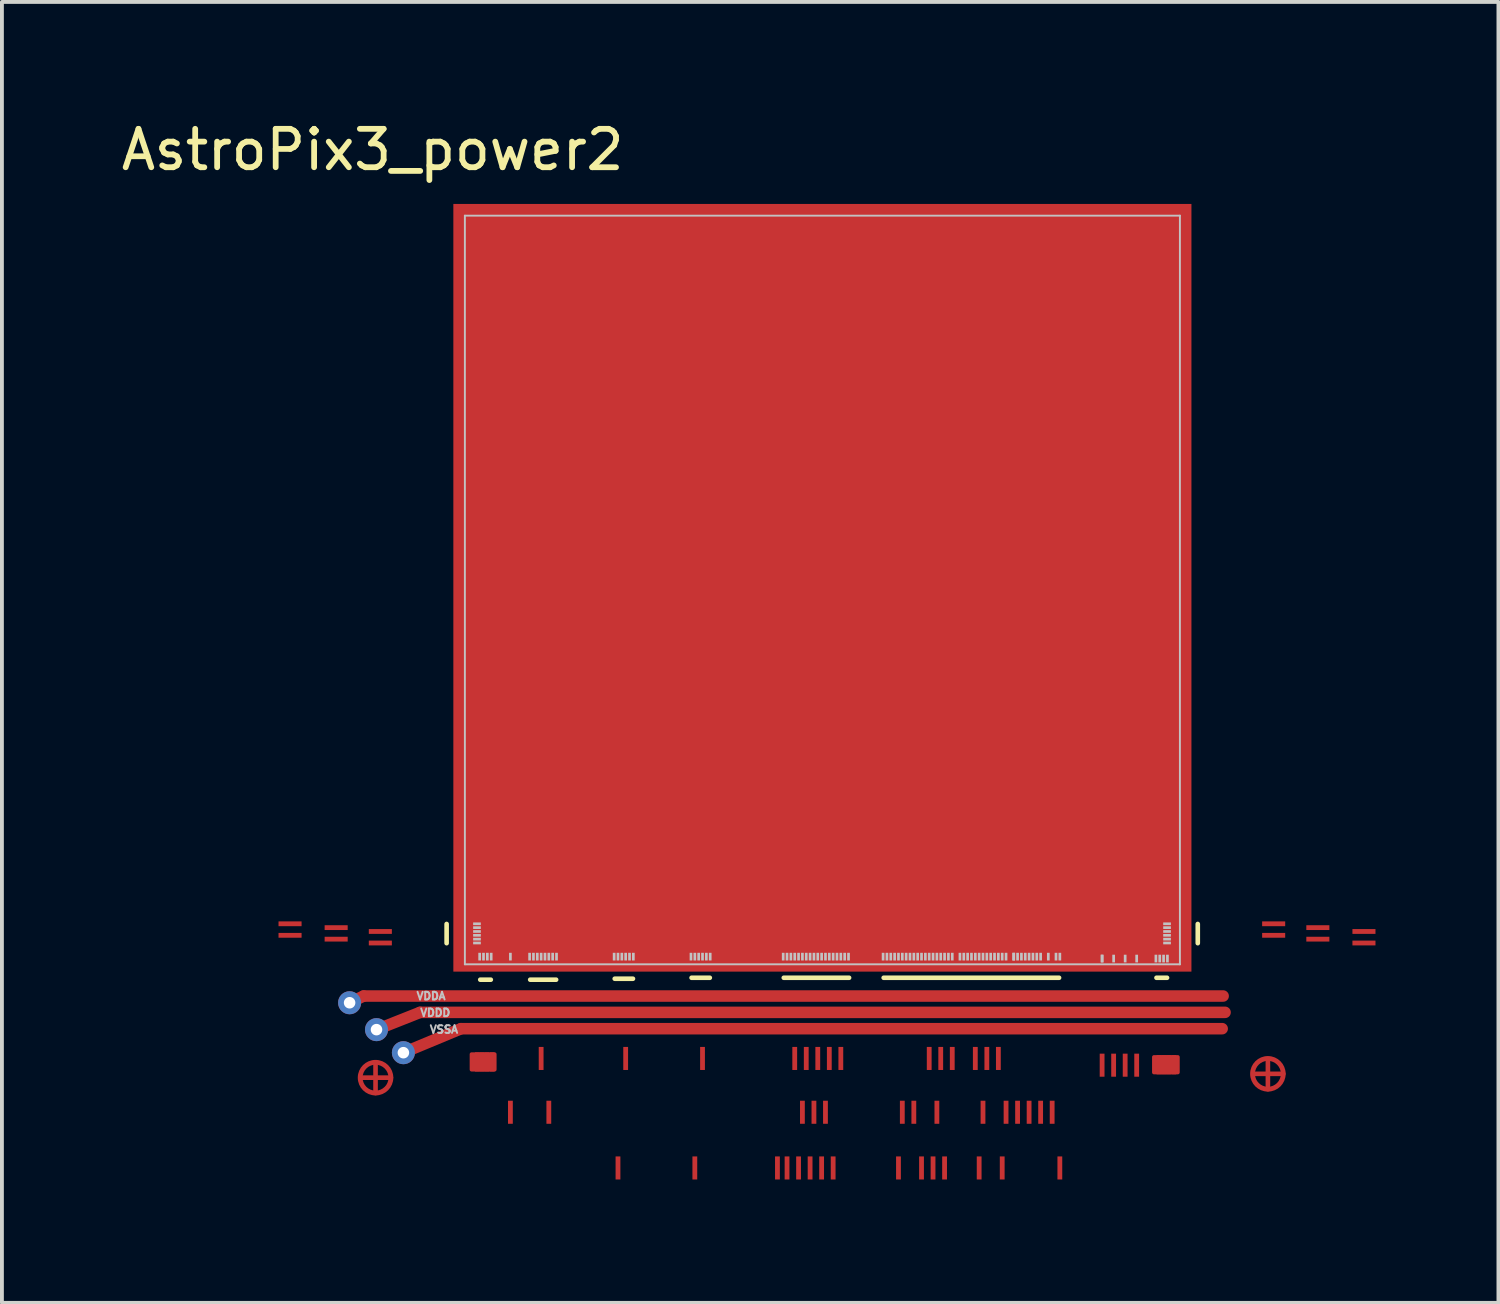
<source format=kicad_pcb>
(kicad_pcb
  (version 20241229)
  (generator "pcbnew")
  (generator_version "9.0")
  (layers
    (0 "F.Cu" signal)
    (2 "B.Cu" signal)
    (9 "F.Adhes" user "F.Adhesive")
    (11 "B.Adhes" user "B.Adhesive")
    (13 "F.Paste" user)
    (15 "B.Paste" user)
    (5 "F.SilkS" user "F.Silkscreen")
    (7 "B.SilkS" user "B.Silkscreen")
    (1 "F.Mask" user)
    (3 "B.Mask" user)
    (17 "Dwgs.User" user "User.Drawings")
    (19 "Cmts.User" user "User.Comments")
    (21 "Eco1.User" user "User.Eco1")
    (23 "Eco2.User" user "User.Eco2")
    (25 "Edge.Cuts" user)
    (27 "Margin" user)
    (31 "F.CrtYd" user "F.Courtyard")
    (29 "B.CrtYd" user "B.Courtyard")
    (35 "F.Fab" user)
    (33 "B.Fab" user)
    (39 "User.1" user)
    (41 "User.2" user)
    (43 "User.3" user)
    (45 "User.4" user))
  (footprint "AstroPix3_power2"
    (layer "F.Cu")
    (at 9.049 22.048)
    (property "Reference" "AstroPix3_power2" (at -2.4 -21.2 0) (layer "F.SilkS") (effects (font (size 1 1) (thickness 0.15))))
    (attr through_hole)
    (fp_line (start -3 1) (end -2.635 0.825) (stroke (width 0.3) (type solid)) (layer "F.Cu"))
    (fp_line (start -2.675 2.95) (end -1.925 2.95) (stroke (width 0.12) (type solid)) (layer "F.Cu"))
    (fp_line (start -2.635 0.825) (end 19.735 0.825) (stroke (width 0.3) (type solid)) (layer "F.Cu"))
    (fp_line (start -2.325 2.6) (end -2.325 3.35) (stroke (width 0.12) (type solid)) (layer "F.Cu"))
    (fp_line (start -2.3 1.7) (end -1.165 1.25) (stroke (width 0.3) (type solid)) (layer "F.Cu"))
    (fp_line (start -1.6 2.3) (end -0.1 1.675) (stroke (width 0.3) (type solid)) (layer "F.Cu"))
    (fp_line (start -1.165 1.25) (end 19.785 1.25) (stroke (width 0.3) (type solid)) (layer "F.Cu"))
    (fp_line (start -0.1 1.675) (end 19.71 1.675) (stroke (width 0.3) (type solid)) (layer "F.Cu"))
    (fp_line (start 20.55 2.85) (end 21.3 2.85) (stroke (width 0.12) (type solid)) (layer "F.Cu"))
    (fp_line (start 20.9 2.5) (end 20.9 3.25) (stroke (width 0.12) (type solid)) (layer "F.Cu"))
    (fp_circle (center -2.325 2.95) (end -1.925 2.95) (stroke (width 0.125) (type solid)) (fill no) (layer "F.Cu"))
    (fp_circle (center 20.9 2.85) (end 21.3 2.85) (stroke (width 0.125) (type solid)) (fill no) (layer "F.Cu"))
    (fp_poly (pts (xy 0.775 2.74) (xy 0.175 2.74) (xy 0.175 2.34) (xy 0.775 2.34)) (stroke (width 0.1) (type solid)) (fill yes) (layer "F.Cu"))
    (fp_poly (pts (xy 18.555 2.813) (xy 17.935 2.813) (xy 17.935 2.413) (xy 18.555 2.413)) (stroke (width 0.1) (type solid)) (fill yes) (layer "F.Cu"))
    (fp_rect (start 0.95 3.35) (end 15.467 4.35) (stroke (width 0.12) (type solid)) (fill yes) (layer "F.Mask"))
    (fp_rect (start 3.754 4.75) (end 15.633 5.75) (stroke (width 0.12) (type solid)) (fill yes) (layer "F.Mask"))
    (fp_circle (center -2.325 2.95) (end -1.95 2.95) (stroke (width 0.2) (type solid)) (fill yes) (layer "F.Mask"))
    (fp_circle (center 20.9 2.85) (end 21.275 2.85) (stroke (width 0.2) (type solid)) (fill yes) (layer "F.Mask"))
    (fp_poly (pts (xy -1.8 -0.3) (xy -5 -0.3) (xy -5 -1.15) (xy -1.8 -1.15)) (stroke (width 0.1) (type solid)) (fill yes) (layer "F.Mask"))
    (fp_poly (pts (xy 19.85 2.9) (xy -1.15 2.9) (xy -1.15 -20.5) (xy 19.85 -20.5)) (stroke (width 0.1) (type solid)) (fill yes) (layer "F.Mask"))
    (fp_poly (pts (xy 23.85 -0.4) (xy 20.65 -0.4) (xy 20.65 -1.25) (xy 23.85 -1.25)) (stroke (width 0.1) (type solid)) (fill yes) (layer "F.Mask"))
    (fp_line (start -0.475 -0.55) (end -0.475 -1.05) (stroke (width 0.12) (type solid)) (layer "F.SilkS"))
    (fp_line (start 0.4 0.4) (end 0.675 0.4) (stroke (width 0.12) (type solid)) (layer "F.SilkS"))
    (fp_line (start 1.7 0.4) (end 2.375 0.4) (stroke (width 0.12) (type solid)) (layer "F.SilkS"))
    (fp_line (start 3.9 0.375) (end 4.375 0.375) (stroke (width 0.12) (type solid)) (layer "F.SilkS"))
    (fp_line (start 5.9 0.35) (end 6.375 0.35) (stroke (width 0.12) (type solid)) (layer "F.SilkS"))
    (fp_line (start 8.3 0.35) (end 10 0.35) (stroke (width 0.12) (type solid)) (layer "F.SilkS"))
    (fp_line (start 10.9 0.35) (end 15.465 0.35) (stroke (width 0.12) (type solid)) (layer "F.SilkS"))
    (fp_line (start 18 0.35) (end 18.275 0.35) (stroke (width 0.12) (type solid)) (layer "F.SilkS"))
    (fp_line (start 19.075 -0.55) (end 19.075 -1.05) (stroke (width 0.12) (type solid)) (layer "F.SilkS"))
    (fp_line (start 0 -19.485) (end 0 0) (stroke (width 0.05) (type solid)) (layer "Dwgs.User"))
    (fp_line (start 18.61 -19.485) (end 0 -19.485) (stroke (width 0.05) (type solid)) (layer "Dwgs.User"))
    (fp_line (start 18.61 -19.485) (end 18.61 0) (stroke (width 0.05) (type solid)) (layer "Dwgs.User"))
    (fp_line (start 18.61 0) (end 0 0) (stroke (width 0.05) (type solid)) (layer "Dwgs.User"))
    (fp_line (start -4.555 -0.75) (end 0.32 -0.75) (stroke (width 0.05) (type solid)) (layer "User.2"))
    (fp_line (start -4.55 -1.055) (end 0.325 -1.055) (stroke (width 0.05) (type solid)) (layer "User.2"))
    (fp_line (start -3.567 -0.951) (end 0.36 -0.95) (stroke (width 0.05) (type solid)) (layer "User.2"))
    (fp_line (start -3.562 -0.656) (end 0.365 -0.655) (stroke (width 0.05) (type solid)) (layer "User.2"))
    (fp_line (start -2.355 -0.54) (end 0.34 -0.547) (stroke (width 0.05) (type solid)) (layer "User.2"))
    (fp_line (start -2.328 -0.851) (end 0.367 -0.859) (stroke (width 0.05) (type solid)) (layer "User.2"))
    (fp_line (start 0.386 -0.198) (end 0.394 2.498) (stroke (width 0.05) (type solid)) (layer "User.2"))
    (fp_line (start 0.481 -0.198) (end 0.489 2.498) (stroke (width 0.05) (type solid)) (layer "User.2"))
    (fp_line (start 0.586 -0.203) (end 0.594 2.493) (stroke (width 0.05) (type solid)) (layer "User.2"))
    (fp_line (start 0.688 -0.205) (end 0.695 2.49) (stroke (width 0.05) (type solid)) (layer "User.2"))
    (fp_line (start 1.181 -0.223) (end 1.185 3.91) (stroke (width 0.05) (type solid)) (layer "User.2"))
    (fp_line (start 1.685 -0.19) (end 1.685 1.605) (stroke (width 0.05) (type solid)) (layer "User.2"))
    (fp_line (start 1.785 -0.193) (end 1.785 1.603) (stroke (width 0.05) (type solid)) (layer "User.2"))
    (fp_line (start 1.88 -0.2) (end 1.88 0.81) (stroke (width 0.05) (type solid)) (layer "User.2"))
    (fp_line (start 1.981 -0.207) (end 1.989 2.487) (stroke (width 0.05) (type solid)) (layer "User.2"))
    (fp_line (start 2.085 -0.205) (end 2.085 0.805) (stroke (width 0.05) (type solid)) (layer "User.2"))
    (fp_line (start 2.176 -0.212) (end 2.18 3.92) (stroke (width 0.05) (type solid)) (layer "User.2"))
    (fp_line (start 2.285 -0.198) (end 2.285 1.597) (stroke (width 0.05) (type solid)) (layer "User.2"))
    (fp_line (start 2.385 -0.198) (end 2.385 1.597) (stroke (width 0.05) (type solid)) (layer "User.2"))
    (fp_line (start 3.885 -0.195) (end 3.885 0.815) (stroke (width 0.05) (type solid)) (layer "User.2"))
    (fp_line (start 3.98 -0.212) (end 3.98 5.28) (stroke (width 0.05) (type solid)) (layer "User.2"))
    (fp_line (start 4.085 -0.195) (end 4.085 0.815) (stroke (width 0.05) (type solid)) (layer "User.2"))
    (fp_line (start 4.191 -0.198) (end 4.199 2.498) (stroke (width 0.05) (type solid)) (layer "User.2"))
    (fp_line (start 4.285 -0.193) (end 4.285 1.603) (stroke (width 0.05) (type solid)) (layer "User.2"))
    (fp_line (start 4.385 -0.193) (end 4.385 1.603) (stroke (width 0.05) (type solid)) (layer "User.2"))
    (fp_line (start 5.885 -0.205) (end 5.885 0.805) (stroke (width 0.05) (type solid)) (layer "User.2"))
    (fp_line (start 5.975 -0.182) (end 5.975 5.31) (stroke (width 0.05) (type solid)) (layer "User.2"))
    (fp_line (start 6.085 -0.2) (end 6.085 0.81) (stroke (width 0.05) (type solid)) (layer "User.2"))
    (fp_line (start 6.186 -0.198) (end 6.194 2.498) (stroke (width 0.05) (type solid)) (layer "User.2"))
    (fp_line (start 6.285 -0.193) (end 6.285 1.603) (stroke (width 0.05) (type solid)) (layer "User.2"))
    (fp_line (start 6.385 -0.193) (end 6.385 1.603) (stroke (width 0.05) (type solid)) (layer "User.2"))
    (fp_line (start 8.29 -0.205) (end 8.135 5.285) (stroke (width 0.05) (type solid)) (layer "User.2"))
    (fp_line (start 8.385 -0.198) (end 8.385 5.295) (stroke (width 0.05) (type solid)) (layer "User.2"))
    (fp_line (start 8.485 -0.195) (end 8.485 1.21) (stroke (width 0.05) (type solid)) (layer "User.2"))
    (fp_line (start 8.586 -0.198) (end 8.594 2.498) (stroke (width 0.05) (type solid)) (layer "User.2"))
    (fp_line (start 8.69 -0.198) (end 8.69 5.295) (stroke (width 0.05) (type solid)) (layer "User.2"))
    (fp_line (start 8.781 -0.223) (end 8.785 3.91) (stroke (width 0.05) (type solid)) (layer "User.2"))
    (fp_line (start 8.881 -0.198) (end 8.889 2.498) (stroke (width 0.05) (type solid)) (layer "User.2"))
    (fp_line (start 8.985 -0.188) (end 8.985 5.305) (stroke (width 0.05) (type solid)) (layer "User.2"))
    (fp_line (start 9.086 -0.198) (end 9.09 3.935) (stroke (width 0.05) (type solid)) (layer "User.2"))
    (fp_line (start 9.186 -0.203) (end 9.194 2.493) (stroke (width 0.05) (type solid)) (layer "User.2"))
    (fp_line (start 9.295 -0.198) (end 9.295 5.295) (stroke (width 0.05) (type solid)) (layer "User.2"))
    (fp_line (start 9.381 -0.198) (end 9.385 3.935) (stroke (width 0.05) (type solid)) (layer "User.2"))
    (fp_line (start 9.481 -0.198) (end 9.489 2.498) (stroke (width 0.05) (type solid)) (layer "User.2"))
    (fp_line (start 9.58 -0.172) (end 9.58 5.32) (stroke (width 0.05) (type solid)) (layer "User.2"))
    (fp_line (start 9.685 -0.193) (end 9.685 1.212) (stroke (width 0.05) (type solid)) (layer "User.2"))
    (fp_line (start 9.776 -0.198) (end 9.784 2.498) (stroke (width 0.05) (type solid)) (layer "User.2"))
    (fp_line (start 10.885 -0.193) (end 10.885 1.603) (stroke (width 0.05) (type solid)) (layer "User.2"))
    (fp_line (start 10.99 -0.188) (end 10.99 1.607) (stroke (width 0.05) (type solid)) (layer "User.2"))
    (fp_line (start 11.085 -0.19) (end 11.085 0.82) (stroke (width 0.05) (type solid)) (layer "User.2"))
    (fp_line (start 11.185 -0.195) (end 11.185 0.815) (stroke (width 0.05) (type solid)) (layer "User.2"))
    (fp_line (start 11.285 -0.182) (end 11.285 5.31) (stroke (width 0.05) (type solid)) (layer "User.2"))
    (fp_line (start 11.386 -0.203) (end 11.39 3.93) (stroke (width 0.05) (type solid)) (layer "User.2"))
    (fp_line (start 11.681 -0.203) (end 11.685 3.93) (stroke (width 0.05) (type solid)) (layer "User.2"))
    (fp_line (start 11.885 -0.203) (end 11.885 5.29) (stroke (width 0.05) (type solid)) (layer "User.2"))
    (fp_line (start 11.985 -0.2) (end 11.985 0.81) (stroke (width 0.05) (type solid)) (layer "User.2"))
    (fp_line (start 12.086 -0.198) (end 12.094 2.498) (stroke (width 0.05) (type solid)) (layer "User.2"))
    (fp_line (start 12.18 -0.188) (end 12.18 5.305) (stroke (width 0.05) (type solid)) (layer "User.2"))
    (fp_line (start 12.286 -0.198) (end 12.29 3.935) (stroke (width 0.05) (type solid)) (layer "User.2"))
    (fp_line (start 12.386 -0.193) (end 12.394 2.502) (stroke (width 0.05) (type solid)) (layer "User.2"))
    (fp_line (start 12.49 -0.182) (end 12.49 5.31) (stroke (width 0.05) (type solid)) (layer "User.2"))
    (fp_line (start 12.585 -0.2) (end 12.585 0.81) (stroke (width 0.05) (type solid)) (layer "User.2"))
    (fp_line (start 12.681 -0.198) (end 12.689 2.498) (stroke (width 0.05) (type solid)) (layer "User.2"))
    (fp_line (start 13.085 -0.198) (end 13.085 1.597) (stroke (width 0.05) (type solid)) (layer "User.2"))
    (fp_line (start 13.185 -0.195) (end 13.185 0.815) (stroke (width 0.05) (type solid)) (layer "User.2"))
    (fp_line (start 13.281 -0.193) (end 13.289 2.502) (stroke (width 0.05) (type solid)) (layer "User.2"))
    (fp_line (start 13.385 -0.188) (end 13.385 5.305) (stroke (width 0.05) (type solid)) (layer "User.2"))
    (fp_line (start 13.491 -0.188) (end 13.495 3.945) (stroke (width 0.05) (type solid)) (layer "User.2"))
    (fp_line (start 13.576 -0.198) (end 13.584 2.498) (stroke (width 0.05) (type solid)) (layer "User.2"))
    (fp_line (start 13.785 -0.2) (end 13.785 0.81) (stroke (width 0.05) (type solid)) (layer "User.2"))
    (fp_line (start 13.876 -0.198) (end 13.884 2.498) (stroke (width 0.05) (type solid)) (layer "User.2"))
    (fp_line (start 13.985 -0.177) (end 13.985 5.315) (stroke (width 0.05) (type solid)) (layer "User.2"))
    (fp_line (start 14.091 -0.212) (end 14.095 3.92) (stroke (width 0.05) (type solid)) (layer "User.2"))
    (fp_line (start 14.386 -0.198) (end 14.39 3.935) (stroke (width 0.05) (type solid)) (layer "User.2"))
    (fp_line (start 14.485 -0.203) (end 14.485 1.593) (stroke (width 0.05) (type solid)) (layer "User.2"))
    (fp_line (start 14.585 -0.2) (end 14.585 0.81) (stroke (width 0.05) (type solid)) (layer "User.2"))
    (fp_line (start 14.691 -0.198) (end 14.695 3.935) (stroke (width 0.05) (type solid)) (layer "User.2"))
    (fp_line (start 14.785 -0.198) (end 14.785 1.597) (stroke (width 0.05) (type solid)) (layer "User.2"))
    (fp_line (start 14.885 -0.2) (end 14.885 0.81) (stroke (width 0.05) (type solid)) (layer "User.2"))
    (fp_line (start 14.986 -0.223) (end 14.99 3.91) (stroke (width 0.05) (type solid)) (layer "User.2"))
    (fp_line (start 15.185 -0.21) (end 15.3 3.855) (stroke (width 0.05) (type solid)) (layer "User.2"))
    (fp_line (start 15.39 -0.198) (end 15.39 1.208) (stroke (width 0.05) (type solid)) (layer "User.2"))
    (fp_line (start 15.475 -0.182) (end 15.475 5.31) (stroke (width 0.05) (type solid)) (layer "User.2"))
    (fp_line (start 16.586 -0.172) (end 16.594 2.522) (stroke (width 0.05) (type solid)) (layer "User.2"))
    (fp_line (start 16.881 -0.158) (end 16.889 2.538) (stroke (width 0.05) (type solid)) (layer "User.2"))
    (fp_line (start 17.181 -0.152) (end 17.189 2.542) (stroke (width 0.05) (type solid)) (layer "User.2"))
    (fp_line (start 17.486 -0.163) (end 17.494 2.533) (stroke (width 0.05) (type solid)) (layer "User.2"))
    (fp_line (start 17.986 -0.152) (end 17.994 2.542) (stroke (width 0.05) (type solid)) (layer "User.2"))
    (fp_line (start 18.071 -0.152) (end 18.079 2.542) (stroke (width 0.05) (type solid)) (layer "User.2"))
    (fp_line (start 18.181 -0.163) (end 18.189 2.533) (stroke (width 0.05) (type solid)) (layer "User.2"))
    (fp_line (start 18.281 -0.152) (end 18.289 2.542) (stroke (width 0.05) (type solid)) (layer "User.2"))
    (fp_line (start 18.29 -0.86) (end 23.165 -0.86) (stroke (width 0.05) (type solid)) (layer "User.2"))
    (fp_line (start 18.297 -0.951) (end 22.225 -0.95) (stroke (width 0.05) (type solid)) (layer "User.2"))
    (fp_line (start 18.3 -0.55) (end 23.175 -0.55) (stroke (width 0.05) (type solid)) (layer "User.2"))
    (fp_line (start 18.302 -1.051) (end 20.997 -1.059) (stroke (width 0.05) (type solid)) (layer "User.2"))
    (fp_line (start 18.312 -0.656) (end 22.24 -0.655) (stroke (width 0.05) (type solid)) (layer "User.2"))
    (fp_line (start 18.317 -0.751) (end 21.012 -0.759) (stroke (width 0.05) (type solid)) (layer "User.2"))
    (fp_text user "VDDD" (at -0.77 1.26 0) (unlocked yes) (layer "Dwgs.User") (effects (font (size 0.2 0.2) (thickness 0.05))))
    (fp_text user "VSSA" (at -0.545 1.695 0) (unlocked yes) (layer "Dwgs.User") (effects (font (size 0.2 0.2) (thickness 0.05))))
    (fp_text user "VDDA" (at -0.88 0.825 0) (unlocked yes) (layer "Dwgs.User") (effects (font (size 0.2 0.2) (thickness 0.05))))
    (pad "" smd rect (at 0.315 -1.055 90) (size 0.07 0.2) (layers "Dwgs.User"))
    (pad "" smd rect (at 0.315 -0.955 90) (size 0.07 0.2) (layers "Dwgs.User"))
    (pad "" smd rect (at 0.315 -0.855 90) (size 0.07 0.2) (layers "Dwgs.User"))
    (pad "" smd rect (at 0.315 -0.755 90) (size 0.07 0.2) (layers "Dwgs.User"))
    (pad "" smd rect (at 0.315 -0.655 90) (size 0.07 0.2) (layers "Dwgs.User"))
    (pad "" smd rect (at 0.315 -0.555 90) (size 0.07 0.2) (layers "Dwgs.User"))
    (pad "" smd rect (at 0.385 -0.2) (size 0.07 0.2) (layers "Dwgs.User"))
    (pad "" smd rect (at 0.485 -0.2) (size 0.07 0.2) (layers "Dwgs.User"))
    (pad "" smd rect (at 0.585 -0.2) (size 0.07 0.2) (layers "Dwgs.User"))
    (pad "" smd rect (at 0.685 -0.2) (size 0.07 0.2) (layers "Dwgs.User"))
    (pad "" smd rect (at 1.185 -0.2) (size 0.07 0.2) (layers "Dwgs.User"))
    (pad "" smd rect (at 1.685 -0.2) (size 0.07 0.2) (layers "Dwgs.User"))
    (pad "" smd rect (at 1.785 -0.2) (size 0.07 0.2) (layers "Dwgs.User"))
    (pad "" smd rect (at 1.885 -0.2) (size 0.07 0.2) (layers "Dwgs.User"))
    (pad "" smd rect (at 1.985 -0.2) (size 0.07 0.2) (layers "Dwgs.User"))
    (pad "" smd rect (at 2.085 -0.2) (size 0.07 0.2) (layers "Dwgs.User"))
    (pad "" smd rect (at 2.185 -0.2) (size 0.07 0.2) (layers "Dwgs.User"))
    (pad "" smd rect (at 2.285 -0.2) (size 0.07 0.2) (layers "Dwgs.User"))
    (pad "" smd rect (at 2.385 -0.2) (size 0.07 0.2) (layers "Dwgs.User"))
    (pad "" smd rect (at 3.885 -0.2) (size 0.07 0.2) (layers "Dwgs.User"))
    (pad "" smd rect (at 3.985 -0.2) (size 0.07 0.2) (layers "Dwgs.User"))
    (pad "" smd rect (at 4.085 -0.2) (size 0.07 0.2) (layers "Dwgs.User"))
    (pad "" smd rect (at 4.185 -0.2) (size 0.07 0.2) (layers "Dwgs.User"))
    (pad "" smd rect (at 4.285 -0.2) (size 0.07 0.2) (layers "Dwgs.User"))
    (pad "" smd rect (at 4.385 -0.2) (size 0.07 0.2) (layers "Dwgs.User"))
    (pad "" smd rect (at 5.885 -0.2) (size 0.07 0.2) (layers "Dwgs.User"))
    (pad "" smd rect (at 5.985 -0.2) (size 0.07 0.2) (layers "Dwgs.User"))
    (pad "" smd rect (at 6.085 -0.2) (size 0.07 0.2) (layers "Dwgs.User"))
    (pad "" smd rect (at 6.185 -0.2) (size 0.07 0.2) (layers "Dwgs.User"))
    (pad "" smd rect (at 6.285 -0.2) (size 0.07 0.2) (layers "Dwgs.User"))
    (pad "" smd rect (at 6.385 -0.2) (size 0.07 0.2) (layers "Dwgs.User"))
    (pad "" smd rect (at 8.285 -0.2) (size 0.07 0.2) (layers "Dwgs.User"))
    (pad "" smd rect (at 8.385 -0.2) (size 0.07 0.2) (layers "Dwgs.User"))
    (pad "" smd rect (at 8.485 -0.2) (size 0.07 0.2) (layers "Dwgs.User"))
    (pad "" smd rect (at 8.585 -0.2) (size 0.07 0.2) (layers "Dwgs.User"))
    (pad "" smd rect (at 8.685 -0.2) (size 0.07 0.2) (layers "Dwgs.User"))
    (pad "" smd rect (at 8.785 -0.2) (size 0.07 0.2) (layers "Dwgs.User"))
    (pad "" smd rect (at 8.885 -0.2) (size 0.07 0.2) (layers "Dwgs.User"))
    (pad "" smd rect (at 8.985 -0.2) (size 0.07 0.2) (layers "Dwgs.User"))
    (pad "" smd rect (at 9.085 -0.2) (size 0.07 0.2) (layers "Dwgs.User"))
    (pad "" smd rect (at 9.185 -0.2) (size 0.07 0.2) (layers "Dwgs.User"))
    (pad "" smd rect (at 9.285 -0.2) (size 0.07 0.2) (layers "Dwgs.User"))
    (pad "" smd rect (at 9.385 -0.2) (size 0.07 0.2) (layers "Dwgs.User"))
    (pad "" smd rect (at 9.485 -0.2) (size 0.07 0.2) (layers "Dwgs.User"))
    (pad "" smd rect (at 9.585 -0.2) (size 0.07 0.2) (layers "Dwgs.User"))
    (pad "" smd rect (at 9.685 -0.2) (size 0.07 0.2) (layers "Dwgs.User"))
    (pad "" smd rect (at 9.785 -0.2) (size 0.07 0.2) (layers "Dwgs.User"))
    (pad "" smd rect (at 9.885 -0.2) (size 0.07 0.2) (layers "Dwgs.User"))
    (pad "" smd rect (at 9.985 -0.2) (size 0.07 0.2) (layers "Dwgs.User"))
    (pad "" smd rect (at 10.885 -0.2) (size 0.07 0.2) (layers "Dwgs.User"))
    (pad "" smd rect (at 10.985 -0.2) (size 0.07 0.2) (layers "Dwgs.User"))
    (pad "" smd rect (at 11.085 -0.2) (size 0.07 0.2) (layers "Dwgs.User"))
    (pad "" smd rect (at 11.185 -0.2) (size 0.07 0.2) (layers "Dwgs.User"))
    (pad "" smd rect (at 11.285 -0.2) (size 0.07 0.2) (layers "Dwgs.User"))
    (pad "" smd rect (at 11.385 -0.2) (size 0.07 0.2) (layers "Dwgs.User"))
    (pad "" smd rect (at 11.485 -0.2) (size 0.07 0.2) (layers "Dwgs.User"))
    (pad "" smd rect (at 11.585 -0.2) (size 0.07 0.2) (layers "Dwgs.User"))
    (pad "" smd rect (at 11.685 -0.2) (size 0.07 0.2) (layers "Dwgs.User"))
    (pad "" smd rect (at 11.785 -0.2) (size 0.07 0.2) (layers "Dwgs.User"))
    (pad "" smd rect (at 11.885 -0.2) (size 0.07 0.2) (layers "Dwgs.User"))
    (pad "" smd rect (at 11.985 -0.2) (size 0.07 0.2) (layers "Dwgs.User"))
    (pad "" smd rect (at 12.085 -0.2) (size 0.07 0.2) (layers "Dwgs.User"))
    (pad "" smd rect (at 12.185 -0.2) (size 0.07 0.2) (layers "Dwgs.User"))
    (pad "" smd rect (at 12.285 -0.2) (size 0.07 0.2) (layers "Dwgs.User"))
    (pad "" smd rect (at 12.385 -0.2) (size 0.07 0.2) (layers "Dwgs.User"))
    (pad "" smd rect (at 12.485 -0.2) (size 0.07 0.2) (layers "Dwgs.User"))
    (pad "" smd rect (at 12.585 -0.2) (size 0.07 0.2) (layers "Dwgs.User"))
    (pad "" smd rect (at 12.685 -0.2) (size 0.07 0.2) (layers "Dwgs.User"))
    (pad "" smd rect (at 12.885 -0.2) (size 0.07 0.2) (layers "Dwgs.User"))
    (pad "" smd rect (at 12.985 -0.2) (size 0.07 0.2) (layers "Dwgs.User"))
    (pad "" smd rect (at 13.085 -0.2) (size 0.07 0.2) (layers "Dwgs.User"))
    (pad "" smd rect (at 13.185 -0.2) (size 0.07 0.2) (layers "Dwgs.User"))
    (pad "" smd rect (at 13.285 -0.2) (size 0.07 0.2) (layers "Dwgs.User"))
    (pad "" smd rect (at 13.385 -0.2) (size 0.07 0.2) (layers "Dwgs.User"))
    (pad "" smd rect (at 13.485 -0.2) (size 0.07 0.2) (layers "Dwgs.User"))
    (pad "" smd rect (at 13.585 -0.2) (size 0.07 0.2) (layers "Dwgs.User"))
    (pad "" smd rect (at 13.685 -0.2) (size 0.07 0.2) (layers "Dwgs.User"))
    (pad "" smd rect (at 13.785 -0.2) (size 0.07 0.2) (layers "Dwgs.User"))
    (pad "" smd rect (at 13.885 -0.2) (size 0.07 0.2) (layers "Dwgs.User"))
    (pad "" smd rect (at 13.985 -0.2) (size 0.07 0.2) (layers "Dwgs.User"))
    (pad "" smd rect (at 14.085 -0.2) (size 0.07 0.2) (layers "Dwgs.User"))
    (pad "" smd rect (at 14.285 -0.2) (size 0.07 0.2) (layers "Dwgs.User"))
    (pad "" smd rect (at 14.285 -0.2) (size 0.07 0.2) (layers "Dwgs.User"))
    (pad "" smd rect (at 14.385 -0.2) (size 0.07 0.2) (layers "Dwgs.User"))
    (pad "" smd rect (at 14.485 -0.2) (size 0.07 0.2) (layers "Dwgs.User"))
    (pad "" smd rect (at 14.585 -0.2) (size 0.07 0.2) (layers "Dwgs.User"))
    (pad "" smd rect (at 14.685 -0.2) (size 0.07 0.2) (layers "Dwgs.User"))
    (pad "" smd rect (at 14.785 -0.2) (size 0.07 0.2) (layers "Dwgs.User"))
    (pad "" smd rect (at 14.885 -0.2) (size 0.07 0.2) (layers "Dwgs.User"))
    (pad "" smd rect (at 14.985 -0.2) (size 0.07 0.2) (layers "Dwgs.User"))
    (pad "" smd rect (at 15.185 -0.2) (size 0.07 0.2) (layers "Dwgs.User"))
    (pad "" smd rect (at 15.385 -0.2) (size 0.07 0.2) (layers "Dwgs.User"))
    (pad "" smd rect (at 15.485 -0.2) (size 0.07 0.2) (layers "Dwgs.User"))
    (pad "" smd rect (at 16.585 -0.15) (size 0.07 0.2) (layers "Dwgs.User"))
    (pad "" smd rect (at 16.585 -0.15) (size 0.07 0.2) (layers "Dwgs.User"))
    (pad "" smd rect (at 16.885 -0.15) (size 0.07 0.2) (layers "Dwgs.User"))
    (pad "" smd rect (at 17.185 -0.15) (size 0.07 0.2) (layers "Dwgs.User"))
    (pad "" smd rect (at 17.485 -0.15) (size 0.07 0.2) (layers "Dwgs.User"))
    (pad "" smd rect (at 17.985 -0.15) (size 0.07 0.2) (layers "Dwgs.User"))
    (pad "" smd rect (at 18.085 -0.15) (size 0.07 0.2) (layers "Dwgs.User"))
    (pad "" smd rect (at 18.185 -0.15) (size 0.07 0.2) (layers "Dwgs.User"))
    (pad "" smd rect (at 18.275 -1.055 90) (size 0.07 0.2) (layers "Dwgs.User"))
    (pad "" smd rect (at 18.275 -0.955 90) (size 0.07 0.2) (layers "Dwgs.User"))
    (pad "" smd rect (at 18.275 -0.855 90) (size 0.07 0.2) (layers "Dwgs.User"))
    (pad "" smd rect (at 18.275 -0.755 90) (size 0.07 0.2) (layers "Dwgs.User"))
    (pad "" smd rect (at 18.275 -0.655 90) (size 0.07 0.2) (layers "Dwgs.User"))
    (pad "" smd rect (at 18.275 -0.555 90) (size 0.07 0.2) (layers "Dwgs.User"))
    (pad "" smd rect (at 18.285 -0.15) (size 0.07 0.2) (layers "Dwgs.User"))
    (pad "B0" smd rect (at 9.305 -9.8) (size 19.21 19.98) (layers "F.Cu" "F.Mask" "F.Paste"))
    (pad "B1" smd rect (at 0.325 2.54) (size 0.125 0.5) (layers "F.Cu" "F.Mask" "F.Paste"))
    (pad "B2" smd rect (at 0.45 2.54) (size 0.125 0.5) (layers "F.Cu" "F.Mask" "F.Paste"))
    (pad "B3" smd rect (at 0.575 2.54) (size 0.125 0.5) (layers "F.Cu" "F.Mask" "F.Paste"))
    (pad "B4" smd rect (at 0.71 2.54) (size 0.125 0.5) (layers "F.Cu" "F.Mask" "F.Paste"))
    (pad "B5" smd rect (at 1.185 3.85) (size 0.125 0.6) (layers "F.Cu" "F.Mask" "F.Paste"))
    (pad "B9" smd rect (at 1.985 2.45) (size 0.125 0.6) (layers "F.Cu" "F.Mask" "F.Paste"))
    (pad "B11" smd rect (at 2.185 3.85) (size 0.125 0.6) (layers "F.Cu" "F.Mask" "F.Paste"))
    (pad "B15" smd rect (at 3.985 5.3) (size 0.125 0.6) (layers "F.Cu" "F.Mask" "F.Paste"))
    (pad "B17" smd rect (at 4.185 2.45) (size 0.125 0.6) (layers "F.Cu" "F.Mask" "F.Paste"))
    (pad "B21" smd rect (at 5.985 5.3) (size 0.125 0.6) (layers "F.Cu" "F.Mask" "F.Paste"))
    (pad "B23" smd rect (at 6.185 2.45) (size 0.125 0.6) (layers "F.Cu" "F.Mask" "F.Paste"))
    (pad "B26" smd rect (at 8.135 5.3) (size 0.125 0.6) (layers "F.Cu" "F.Mask" "F.Paste"))
    (pad "B27" smd rect (at 8.385 5.3) (size 0.125 0.6) (layers "F.Cu" "F.Mask" "F.Paste"))
    (pad "B29" smd rect (at 8.585 2.45) (size 0.125 0.6) (layers "F.Cu" "F.Mask" "F.Paste"))
    (pad "B30" smd rect (at 8.685 5.3) (size 0.125 0.6) (layers "F.Cu" "F.Mask" "F.Paste"))
    (pad "B31" smd rect (at 8.785 3.85) (size 0.125 0.6) (layers "F.Cu" "F.Mask" "F.Paste"))
    (pad "B32" smd rect (at 8.885 2.45) (size 0.125 0.6) (layers "F.Cu" "F.Mask" "F.Paste"))
    (pad "B33" smd rect (at 8.985 5.3) (size 0.125 0.6) (layers "F.Cu" "F.Mask" "F.Paste"))
    (pad "B34" smd rect (at 9.085 3.85) (size 0.125 0.6) (layers "F.Cu" "F.Mask" "F.Paste"))
    (pad "B35" smd rect (at 9.185 2.45) (size 0.125 0.6) (layers "F.Cu" "F.Mask" "F.Paste"))
    (pad "B36" smd rect (at 9.285 5.3) (size 0.125 0.6) (layers "F.Cu" "F.Mask" "F.Paste"))
    (pad "B37" smd rect (at 9.385 3.85) (size 0.125 0.6) (layers "F.Cu" "F.Mask" "F.Paste"))
    (pad "B38" smd rect (at 9.485 2.45) (size 0.125 0.6) (layers "F.Cu" "F.Mask" "F.Paste"))
    (pad "B39" smd rect (at 9.585 5.3) (size 0.125 0.6) (layers "F.Cu" "F.Mask" "F.Paste"))
    (pad "B41" smd rect (at 9.785 2.45) (size 0.125 0.6) (layers "F.Cu" "F.Mask" "F.Paste"))
    (pad "B48" smd rect (at 11.285 5.3) (size 0.125 0.6) (layers "F.Cu" "F.Mask" "F.Paste"))
    (pad "B49" smd rect (at 11.385 3.85) (size 0.125 0.6) (layers "F.Cu" "F.Mask" "F.Paste"))
    (pad "B52" smd rect (at 11.685 3.85) (size 0.125 0.6) (layers "F.Cu" "F.Mask" "F.Paste"))
    (pad "B54" smd rect (at 11.885 5.3) (size 0.125 0.6) (layers "F.Cu" "F.Mask" "F.Paste"))
    (pad "B56" smd rect (at 12.085 2.45) (size 0.125 0.6) (layers "F.Cu" "F.Mask" "F.Paste"))
    (pad "B57" smd rect (at 12.185 5.3) (size 0.125 0.6) (layers "F.Cu" "F.Mask" "F.Paste"))
    (pad "B58" smd rect (at 12.285 3.85) (size 0.125 0.6) (layers "F.Cu" "F.Mask" "F.Paste"))
    (pad "B59" smd rect (at 12.385 2.45) (size 0.125 0.6) (layers "F.Cu" "F.Mask" "F.Paste"))
    (pad "B60" smd rect (at 12.485 5.3) (size 0.125 0.6) (layers "F.Cu" "F.Mask" "F.Paste"))
    (pad "B62" smd rect (at 12.685 2.45) (size 0.125 0.6) (layers "F.Cu" "F.Mask" "F.Paste"))
    (pad "B67" smd rect (at 13.285 2.45) (size 0.125 0.6) (layers "F.Cu" "F.Mask" "F.Paste"))
    (pad "B68" smd rect (at 13.385 5.3) (size 0.125 0.6) (layers "F.Cu" "F.Mask" "F.Paste"))
    (pad "B69" smd rect (at 13.485 3.85) (size 0.125 0.6) (layers "F.Cu" "F.Mask" "F.Paste"))
    (pad "B70" smd rect (at 13.585 2.45) (size 0.125 0.6) (layers "F.Cu" "F.Mask" "F.Paste"))
    (pad "B73" smd rect (at 13.885 2.45) (size 0.125 0.6) (layers "F.Cu" "F.Mask" "F.Paste"))
    (pad "B74" smd rect (at 13.985 5.3) (size 0.125 0.6) (layers "F.Cu" "F.Mask" "F.Paste"))
    (pad "B75" smd rect (at 14.085 3.85) (size 0.125 0.6) (layers "F.Cu" "F.Mask" "F.Paste"))
    (pad "B77" smd rect (at 14.385 3.85) (size 0.125 0.6) (layers "F.Cu" "F.Mask" "F.Paste"))
    (pad "B80" smd rect (at 14.685 3.85) (size 0.125 0.6) (layers "F.Cu" "F.Mask" "F.Paste"))
    (pad "B83" smd rect (at 14.985 3.85) (size 0.125 0.6) (layers "F.Cu" "F.Mask" "F.Paste"))
    (pad "B84" smd rect (at 15.285 3.85) (size 0.125 0.6) (layers "F.Cu" "F.Mask" "F.Paste"))
    (pad "B85" smd rect (at 15.385 1.2) (size 0.1 0.1) (layers "F.Cu" "F.Mask" "F.Paste"))
    (pad "B86" smd rect (at 15.485 5.3) (size 0.125 0.6) (layers "F.Cu" "F.Mask" "F.Paste"))
    (pad "B87" smd rect (at 16.585 2.625) (size 0.125 0.6) (layers "F.Cu" "F.Mask" "F.Paste"))
    (pad "B88" smd rect (at 16.885 2.625) (size 0.125 0.6) (layers "F.Cu" "F.Mask" "F.Paste"))
    (pad "B89" smd rect (at 17.185 2.625) (size 0.125 0.6) (layers "F.Cu" "F.Mask" "F.Paste"))
    (pad "B90" smd rect (at 17.485 2.625) (size 0.125 0.6) (layers "F.Cu" "F.Mask" "F.Paste"))
    (pad "B91" smd rect (at 18.065 2.613) (size 0.125 0.5) (layers "F.Cu" "F.Mask" "F.Paste"))
    (pad "B92" smd rect (at 18.19 2.613) (size 0.125 0.5) (layers "F.Cu" "F.Mask" "F.Paste"))
    (pad "B93" smd rect (at 18.315 2.613) (size 0.125 0.5) (layers "F.Cu" "F.Mask" "F.Paste"))
    (pad "B94" smd rect (at 18.45 2.613) (size 0.125 0.5) (layers "F.Cu" "F.Mask" "F.Paste"))
    (pad "L1" smd rect (at -4.55 -1.055 270) (size 0.125 0.6) (layers "F.Cu" "F.Mask" "F.Paste"))
    (pad "L2" smd rect (at -3.35 -0.955 270) (size 0.125 0.6) (layers "F.Cu" "F.Mask" "F.Paste"))
    (pad "L3" smd rect (at -2.2 -0.855 270) (size 0.125 0.6) (layers "F.Cu" "F.Mask" "F.Paste"))
    (pad "L4" smd rect (at -4.55 -0.755 270) (size 0.125 0.6) (layers "F.Cu" "F.Mask" "F.Paste"))
    (pad "L5" smd rect (at -3.35 -0.655 270) (size 0.125 0.6) (layers "F.Cu" "F.Mask" "F.Paste"))
    (pad "L6" smd rect (at -2.2 -0.555 270) (size 0.125 0.6) (layers "F.Cu" "F.Mask" "F.Paste"))
    (pad "R1" smd rect (at 23.4 -0.555 90) (size 0.125 0.6) (layers "F.Cu" "F.Mask" "F.Paste"))
    (pad "R2" smd rect (at 22.2 -0.655 90) (size 0.125 0.6) (layers "F.Cu" "F.Mask" "F.Paste"))
    (pad "R3" smd rect (at 21.05 -0.755 90) (size 0.125 0.6) (layers "F.Cu" "F.Mask" "F.Paste"))
    (pad "R4" smd rect (at 23.4 -0.855 90) (size 0.125 0.6) (layers "F.Cu" "F.Mask" "F.Paste"))
    (pad "R5" smd rect (at 22.2 -0.955 90) (size 0.125 0.6) (layers "F.Cu" "F.Mask" "F.Paste"))
    (pad "R6" smd rect (at 21.05 -1.055 90) (size 0.125 0.6) (layers "F.Cu" "F.Mask" "F.Paste"))
    (pad "VDDA_Ring" thru_hole circle (at -3 1) (size 0.6 0.6) (drill 0.3) (layers "*.Cu" "*.Mask"))
    (pad "VDDD_Ring" thru_hole circle (at -2.3 1.7) (size 0.6 0.6) (drill 0.3) (layers "*.Cu" "*.Mask"))
    (pad "VSSA_Ring" thru_hole circle (at -1.6 2.3) (size 0.6 0.6) (drill 0.3) (layers "*.Cu" "*.Mask")))
  (gr_rect
    (start -3 -3)
    (end 35.949 30.858)
    (stroke (width 0.1) (type default))
    (fill no)
    (layer "Edge.Cuts")))
</source>
